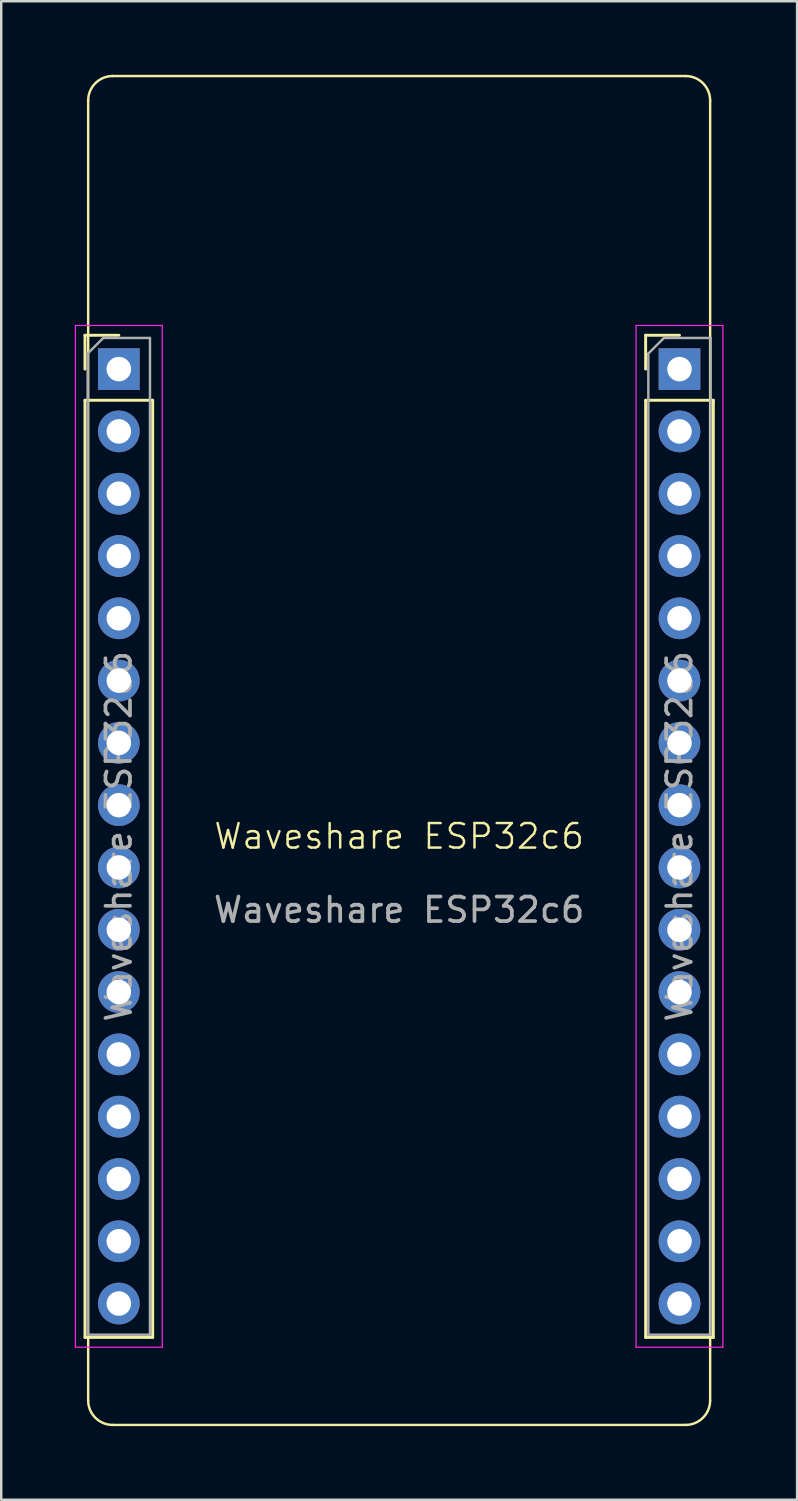
<source format=kicad_pcb>
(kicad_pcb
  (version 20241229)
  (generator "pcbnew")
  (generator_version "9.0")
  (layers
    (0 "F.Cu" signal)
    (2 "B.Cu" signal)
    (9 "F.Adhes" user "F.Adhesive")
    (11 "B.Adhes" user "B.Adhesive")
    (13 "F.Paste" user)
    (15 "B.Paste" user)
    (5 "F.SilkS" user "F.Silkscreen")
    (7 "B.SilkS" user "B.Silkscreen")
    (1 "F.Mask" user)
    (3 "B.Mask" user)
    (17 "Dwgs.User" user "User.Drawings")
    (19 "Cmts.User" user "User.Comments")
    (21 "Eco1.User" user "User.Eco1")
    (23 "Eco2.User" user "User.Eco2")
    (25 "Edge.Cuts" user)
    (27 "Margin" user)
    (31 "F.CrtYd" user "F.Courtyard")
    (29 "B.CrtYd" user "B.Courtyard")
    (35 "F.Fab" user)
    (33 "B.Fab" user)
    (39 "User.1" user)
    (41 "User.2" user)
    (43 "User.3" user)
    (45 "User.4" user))
  (footprint "Waveshare ESP32c6"
    (layer "F.Cu")
    (at 13.225 31.55)
    (property "Reference" "Waveshare ESP32c6" (at 0 -0.5 0) (unlocked yes) (layer "F.SilkS") (effects (font (size 1 1) (thickness 0.1))))
    (attr smd)
    (fp_line (start -12.81 -20.93) (end -11.43 -20.93) (stroke (width 0.12) (type solid)) (layer "F.SilkS"))
    (fp_line (start -12.81 -19.55) (end -12.81 -20.93) (stroke (width 0.12) (type solid)) (layer "F.SilkS"))
    (fp_line (start -12.81 -18.28) (end -12.81 19.93) (stroke (width 0.12) (type solid)) (layer "F.SilkS"))
    (fp_line (start -12.81 -18.28) (end -10.05 -18.28) (stroke (width 0.12) (type solid)) (layer "F.SilkS"))
    (fp_line (start -12.81 19.93) (end -10.05 19.93) (stroke (width 0.12) (type solid)) (layer "F.SilkS"))
    (fp_line (start -12.68 22.5) (end -12.68 -30.5) (stroke (width 0.1) (type default)) (layer "F.SilkS"))
    (fp_line (start -11.68 -31.5) (end 11.68 -31.5) (stroke (width 0.1) (type default)) (layer "F.SilkS"))
    (fp_line (start -10.05 -18.28) (end -10.05 19.93) (stroke (width 0.12) (type solid)) (layer "F.SilkS"))
    (fp_line (start 10.05 -20.93) (end 11.43 -20.93) (stroke (width 0.12) (type solid)) (layer "F.SilkS"))
    (fp_line (start 10.05 -19.55) (end 10.05 -20.93) (stroke (width 0.12) (type solid)) (layer "F.SilkS"))
    (fp_line (start 10.05 -18.28) (end 10.05 19.93) (stroke (width 0.12) (type solid)) (layer "F.SilkS"))
    (fp_line (start 10.05 -18.28) (end 12.81 -18.28) (stroke (width 0.12) (type solid)) (layer "F.SilkS"))
    (fp_line (start 10.05 19.93) (end 12.81 19.93) (stroke (width 0.12) (type solid)) (layer "F.SilkS"))
    (fp_line (start 11.68 23.5) (end -11.68 23.5) (stroke (width 0.1) (type default)) (layer "F.SilkS"))
    (fp_line (start 12.68 -30.5) (end 12.68 22.5) (stroke (width 0.1) (type default)) (layer "F.SilkS"))
    (fp_line (start 12.81 -18.28) (end 12.81 19.93) (stroke (width 0.12) (type solid)) (layer "F.SilkS"))
    (fp_arc (start -12.68 -30.5) (mid -12.387107 -31.207107) (end -11.68 -31.5) (stroke (width 0.1) (type default)) (layer "F.SilkS"))
    (fp_arc (start -11.68 23.5) (mid -12.387107 23.207107) (end -12.68 22.5) (stroke (width 0.1) (type default)) (layer "F.SilkS"))
    (fp_arc (start 11.68 -31.5) (mid 12.387107 -31.207107) (end 12.68 -30.5) (stroke (width 0.1) (type default)) (layer "F.SilkS"))
    (fp_arc (start 12.68 22.5) (mid 12.387107 23.207107) (end 11.68 23.5) (stroke (width 0.1) (type default)) (layer "F.SilkS"))
    (fp_line (start -13.2 -21.33) (end -13.2 20.33) (stroke (width 0.05) (type solid)) (layer "F.CrtYd"))
    (fp_line (start -13.2 20.33) (end -9.66 20.33) (stroke (width 0.05) (type solid)) (layer "F.CrtYd"))
    (fp_line (start -9.66 -21.33) (end -13.2 -21.33) (stroke (width 0.05) (type solid)) (layer "F.CrtYd"))
    (fp_line (start -9.66 20.33) (end -9.66 -21.33) (stroke (width 0.05) (type solid)) (layer "F.CrtYd"))
    (fp_line (start 9.66 -21.33) (end 9.66 20.33) (stroke (width 0.05) (type solid)) (layer "F.CrtYd"))
    (fp_line (start 9.66 20.33) (end 13.2 20.33) (stroke (width 0.05) (type solid)) (layer "F.CrtYd"))
    (fp_line (start 13.2 -21.33) (end 9.66 -21.33) (stroke (width 0.05) (type solid)) (layer "F.CrtYd"))
    (fp_line (start 13.2 20.33) (end 13.2 -21.33) (stroke (width 0.05) (type solid)) (layer "F.CrtYd"))
    (fp_line (start -12.7 -20.185) (end -12.065 -20.82) (stroke (width 0.1) (type solid)) (layer "F.Fab"))
    (fp_line (start -12.7 19.82) (end -12.7 -20.185) (stroke (width 0.1) (type solid)) (layer "F.Fab"))
    (fp_line (start -12.065 -20.82) (end -10.16 -20.82) (stroke (width 0.1) (type solid)) (layer "F.Fab"))
    (fp_line (start -10.16 -20.82) (end -10.16 19.82) (stroke (width 0.1) (type solid)) (layer "F.Fab"))
    (fp_line (start -10.16 19.82) (end -12.7 19.82) (stroke (width 0.1) (type solid)) (layer "F.Fab"))
    (fp_line (start 10.16 -20.185) (end 10.795 -20.82) (stroke (width 0.1) (type solid)) (layer "F.Fab"))
    (fp_line (start 10.16 19.82) (end 10.16 -20.185) (stroke (width 0.1) (type solid)) (layer "F.Fab"))
    (fp_line (start 10.795 -20.82) (end 12.7 -20.82) (stroke (width 0.1) (type solid)) (layer "F.Fab"))
    (fp_line (start 12.7 -20.82) (end 12.7 19.82) (stroke (width 0.1) (type solid)) (layer "F.Fab"))
    (fp_line (start 12.7 19.82) (end 10.16 19.82) (stroke (width 0.1) (type solid)) (layer "F.Fab"))
    (fp_text user "${REFERENCE}" (at -11.43 -0.5 90) (layer "F.Fab") (effects (font (size 1 1) (thickness 0.15))))
    (fp_text user "${REFERENCE}" (at 11.43 -0.5 90) (layer "F.Fab") (effects (font (size 1 1) (thickness 0.15))))
    (fp_text user "${REFERENCE}" (at 0 2.5 0) (unlocked yes) (layer "F.Fab") (effects (font (size 1 1) (thickness 0.15))))
    (pad "1" thru_hole rect (at -11.43 -19.55) (size 1.7 1.7) (drill 1) (layers "*.Cu" "*.Mask"))
    (pad "2" thru_hole circle (at -11.43 -17.01) (size 1.7 1.7) (drill 1) (layers "*.Cu" "*.Mask"))
    (pad "3" thru_hole circle (at -11.43 -14.47) (size 1.7 1.7) (drill 1) (layers "*.Cu" "*.Mask"))
    (pad "4" thru_hole circle (at -11.43 -11.93) (size 1.7 1.7) (drill 1) (layers "*.Cu" "*.Mask"))
    (pad "5" thru_hole circle (at -11.43 -9.39) (size 1.7 1.7) (drill 1) (layers "*.Cu" "*.Mask"))
    (pad "6" thru_hole circle (at -11.43 -6.85) (size 1.7 1.7) (drill 1) (layers "*.Cu" "*.Mask"))
    (pad "7" thru_hole circle (at -11.43 -4.31) (size 1.7 1.7) (drill 1) (layers "*.Cu" "*.Mask"))
    (pad "8" thru_hole circle (at -11.43 -1.77) (size 1.7 1.7) (drill 1) (layers "*.Cu" "*.Mask"))
    (pad "9" thru_hole circle (at -11.43 0.77) (size 1.7 1.7) (drill 1) (layers "*.Cu" "*.Mask"))
    (pad "10" thru_hole circle (at -11.43 3.31) (size 1.7 1.7) (drill 1) (layers "*.Cu" "*.Mask"))
    (pad "11" thru_hole circle (at -11.43 5.85) (size 1.7 1.7) (drill 1) (layers "*.Cu" "*.Mask"))
    (pad "12" thru_hole circle (at -11.43 8.39) (size 1.7 1.7) (drill 1) (layers "*.Cu" "*.Mask"))
    (pad "13" thru_hole circle (at -11.43 10.93) (size 1.7 1.7) (drill 1) (layers "*.Cu" "*.Mask"))
    (pad "14" thru_hole circle (at -11.43 13.47) (size 1.7 1.7) (drill 1) (layers "*.Cu" "*.Mask"))
    (pad "15" thru_hole circle (at -11.43 16.01) (size 1.7 1.7) (drill 1) (layers "*.Cu" "*.Mask"))
    (pad "16" thru_hole circle (at -11.43 18.55) (size 1.7 1.7) (drill 1) (layers "*.Cu" "*.Mask"))
    (pad "17" thru_hole rect (at 11.43 -19.55) (size 1.7 1.7) (drill 1) (layers "*.Cu" "*.Mask"))
    (pad "18" thru_hole circle (at 11.43 -17.01) (size 1.7 1.7) (drill 1) (layers "*.Cu" "*.Mask"))
    (pad "19" thru_hole circle (at 11.43 -14.47) (size 1.7 1.7) (drill 1) (layers "*.Cu" "*.Mask"))
    (pad "20" thru_hole circle (at 11.43 -11.93) (size 1.7 1.7) (drill 1) (layers "*.Cu" "*.Mask"))
    (pad "21" thru_hole circle (at 11.43 -9.39) (size 1.7 1.7) (drill 1) (layers "*.Cu" "*.Mask"))
    (pad "22" thru_hole circle (at 11.43 -6.85) (size 1.7 1.7) (drill 1) (layers "*.Cu" "*.Mask"))
    (pad "23" thru_hole circle (at 11.43 -4.31) (size 1.7 1.7) (drill 1) (layers "*.Cu" "*.Mask"))
    (pad "24" thru_hole circle (at 11.43 -1.77) (size 1.7 1.7) (drill 1) (layers "*.Cu" "*.Mask"))
    (pad "25" thru_hole circle (at 11.43 0.77) (size 1.7 1.7) (drill 1) (layers "*.Cu" "*.Mask"))
    (pad "26" thru_hole circle (at 11.43 3.31) (size 1.7 1.7) (drill 1) (layers "*.Cu" "*.Mask"))
    (pad "27" thru_hole circle (at 11.43 5.85) (size 1.7 1.7) (drill 1) (layers "*.Cu" "*.Mask"))
    (pad "28" thru_hole circle (at 11.43 8.39) (size 1.7 1.7) (drill 1) (layers "*.Cu" "*.Mask"))
    (pad "29" thru_hole circle (at 11.43 10.93) (size 1.7 1.7) (drill 1) (layers "*.Cu" "*.Mask"))
    (pad "30" thru_hole circle (at 11.43 13.47) (size 1.7 1.7) (drill 1) (layers "*.Cu" "*.Mask"))
    (pad "31" thru_hole circle (at 11.43 16.01) (size 1.7 1.7) (drill 1) (layers "*.Cu" "*.Mask"))
    (pad "32" thru_hole circle (at 11.43 18.55) (size 1.7 1.7) (drill 1) (layers "*.Cu" "*.Mask")))
  (gr_rect
    (start -3 -3)
    (end 29.45 58.1)
    (stroke (width 0.1) (type default))
    (fill no)
    (layer "Edge.Cuts")))
</source>
